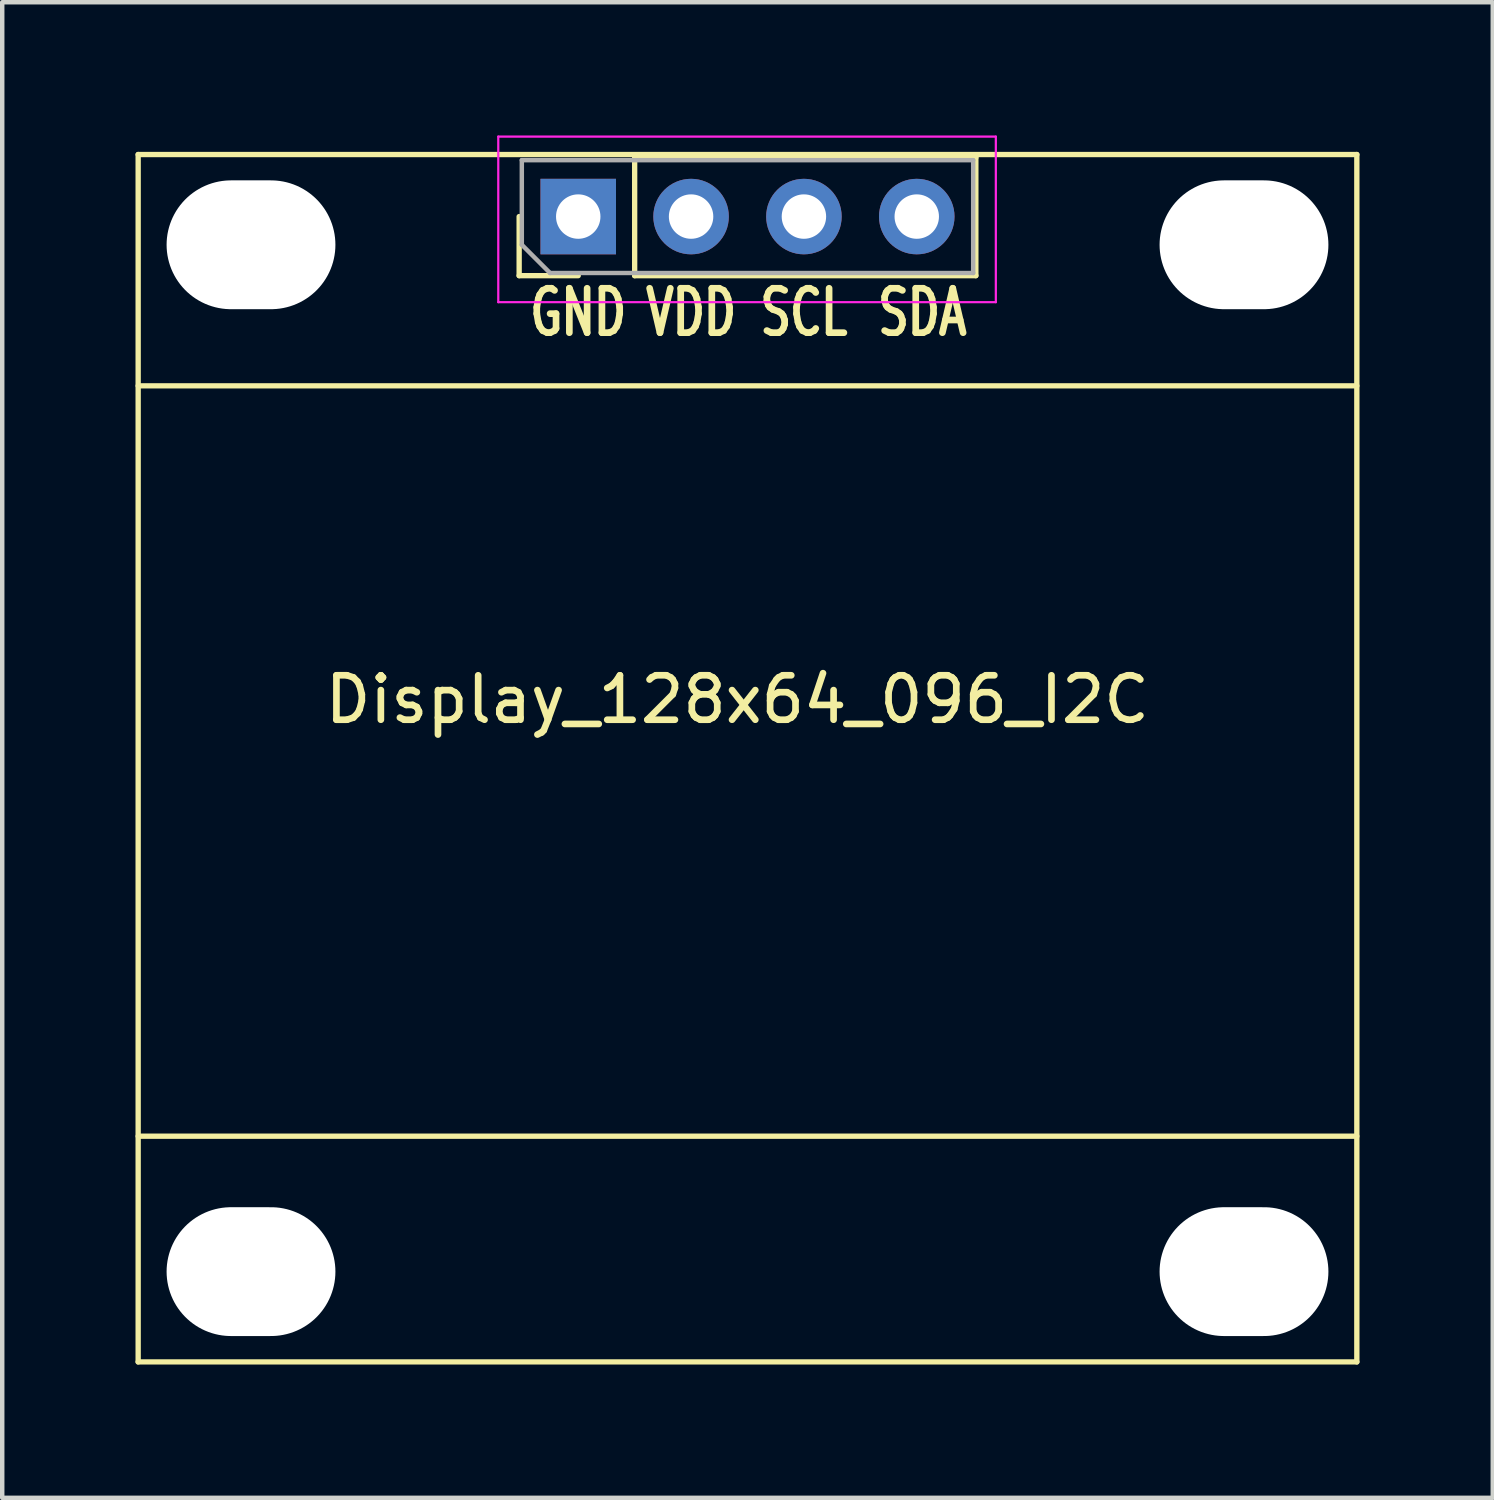
<source format=kicad_pcb>
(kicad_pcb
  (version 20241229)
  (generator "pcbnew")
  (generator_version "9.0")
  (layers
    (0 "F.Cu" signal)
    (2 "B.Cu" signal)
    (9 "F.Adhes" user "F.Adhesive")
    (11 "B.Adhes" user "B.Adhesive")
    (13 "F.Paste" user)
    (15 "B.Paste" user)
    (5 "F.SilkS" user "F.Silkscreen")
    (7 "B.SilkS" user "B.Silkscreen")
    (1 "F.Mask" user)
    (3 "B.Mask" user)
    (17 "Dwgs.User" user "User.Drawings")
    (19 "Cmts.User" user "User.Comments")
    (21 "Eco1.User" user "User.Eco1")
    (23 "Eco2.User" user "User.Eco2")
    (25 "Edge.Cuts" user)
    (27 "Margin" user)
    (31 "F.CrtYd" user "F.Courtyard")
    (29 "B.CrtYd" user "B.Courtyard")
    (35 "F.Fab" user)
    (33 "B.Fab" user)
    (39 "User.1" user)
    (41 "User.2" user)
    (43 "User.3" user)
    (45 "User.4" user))
  (footprint "Display_128x64_096_I2C"
    (layer "F.Cu")
    (at 13.776 1.825)
    (property "Reference" "Display_128x64_096_I2C" (at -0.229 10.871 0) (layer "F.SilkS") (effects (font (size 1 1) (thickness 0.15))))
    (attr through_hole)
    (fp_line (start -13.716 -1.397) (end 13.716 -1.397) (stroke (width 0.12) (type solid)) (layer "F.SilkS"))
    (fp_line (start -13.716 3.81) (end 13.716 3.81) (stroke (width 0.12) (type solid)) (layer "F.SilkS"))
    (fp_line (start -13.716 20.701) (end 13.716 20.701) (stroke (width 0.12) (type solid)) (layer "F.SilkS"))
    (fp_line (start -13.716 25.781) (end -13.716 -1.397) (stroke (width 0.12) (type solid)) (layer "F.SilkS"))
    (fp_line (start -5.14 1.33) (end -5.14 0) (stroke (width 0.12) (type solid)) (layer "F.SilkS"))
    (fp_line (start -3.81 1.33) (end -5.14 1.33) (stroke (width 0.12) (type solid)) (layer "F.SilkS"))
    (fp_line (start -2.54 -1.33) (end 5.14 -1.33) (stroke (width 0.12) (type solid)) (layer "F.SilkS"))
    (fp_line (start -2.54 1.33) (end -2.54 -1.33) (stroke (width 0.12) (type solid)) (layer "F.SilkS"))
    (fp_line (start -2.54 1.33) (end 5.14 1.33) (stroke (width 0.12) (type solid)) (layer "F.SilkS"))
    (fp_line (start 5.14 1.33) (end 5.14 -1.33) (stroke (width 0.12) (type solid)) (layer "F.SilkS"))
    (fp_line (start 13.716 25.781) (end -13.716 25.781) (stroke (width 0.12) (type solid)) (layer "F.SilkS"))
    (fp_line (start 13.716 25.781) (end 13.716 -1.397) (stroke (width 0.12) (type solid)) (layer "F.SilkS"))
    (fp_line (start -5.61 -1.8) (end -5.61 1.927) (stroke (width 0.05) (type solid)) (layer "F.CrtYd"))
    (fp_line (start -5.61 1.927) (end 5.59 1.927) (stroke (width 0.05) (type solid)) (layer "F.CrtYd"))
    (fp_line (start 5.59 -1.8) (end -5.61 -1.8) (stroke (width 0.05) (type solid)) (layer "F.CrtYd"))
    (fp_line (start 5.59 1.927) (end 5.59 -1.8) (stroke (width 0.05) (type solid)) (layer "F.CrtYd"))
    (fp_line (start -5.08 -1.27) (end 5.08 -1.27) (stroke (width 0.1) (type solid)) (layer "F.Fab"))
    (fp_line (start -5.08 0.635) (end -5.08 -1.27) (stroke (width 0.1) (type solid)) (layer "F.Fab"))
    (fp_line (start -4.445 1.27) (end -5.08 0.635) (stroke (width 0.1) (type solid)) (layer "F.Fab"))
    (fp_line (start 5.08 -1.27) (end 5.08 1.27) (stroke (width 0.1) (type solid)) (layer "F.Fab"))
    (fp_line (start 5.08 1.27) (end -4.445 1.27) (stroke (width 0.1) (type solid)) (layer "F.Fab"))
    (fp_text user "SDA" (at 3.937 2.159 0) (layer "F.SilkS") (effects (font (size 1 0.7) (thickness 0.15))))
    (fp_text user "VDD" (at -1.27 2.159 0) (layer "F.SilkS") (effects (font (size 1 0.7) (thickness 0.15))))
    (fp_text user "SCL" (at 1.27 2.159 0) (layer "F.SilkS") (effects (font (size 1 0.7) (thickness 0.15))))
    (fp_text user "GND" (at -3.81 2.159 0) (layer "F.SilkS") (effects (font (size 1 0.7) (thickness 0.15))))
    (pad "" np_thru_hole oval (at -11.176 0.635) (size 3.8 2.9) (drill oval 3.8 2.9) (layers "*.Cu" "*.Mask"))
    (pad "" np_thru_hole oval (at -11.176 23.749) (size 3.8 2.9) (drill oval 3.8 2.9) (layers "*.Cu" "*.Mask"))
    (pad "" np_thru_hole oval (at 11.176 0.635) (size 3.8 2.9) (drill oval 3.8 2.9) (layers "*.Cu" "*.Mask"))
    (pad "" np_thru_hole oval (at 11.176 23.749) (size 3.8 2.9) (drill oval 3.8 2.9) (layers "*.Cu" "*.Mask"))
    (pad "1" thru_hole rect (at -3.81 0 90) (size 1.7 1.7) (drill 1) (layers "*.Cu" "*.Mask"))
    (pad "2" thru_hole oval (at -1.27 0 90) (size 1.7 1.7) (drill 1) (layers "*.Cu" "*.Mask"))
    (pad "3" thru_hole oval (at 1.27 0 90) (size 1.7 1.7) (drill 1) (layers "*.Cu" "*.Mask"))
    (pad "4" thru_hole oval (at 3.81 0 90) (size 1.7 1.7) (drill 1) (layers "*.Cu" "*.Mask")))
  (gr_rect
    (start -3 -3)
    (end 30.552 30.666)
    (stroke (width 0.1) (type default))
    (fill no)
    (layer "Edge.Cuts")))
</source>
